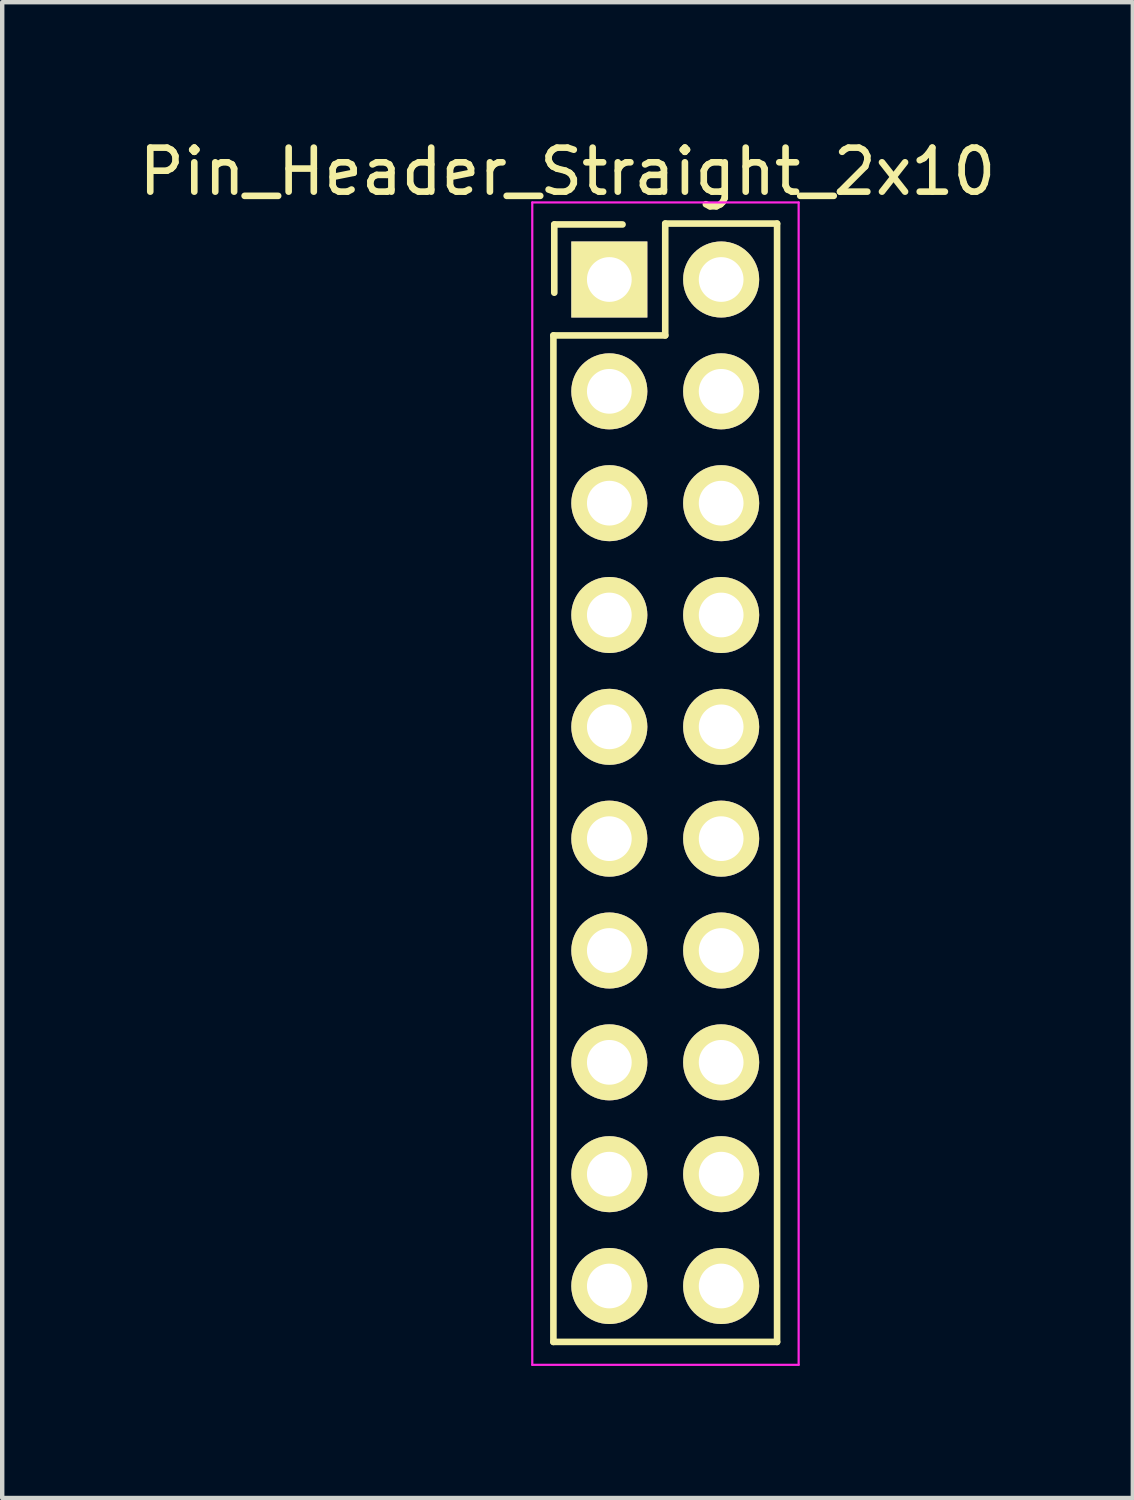
<source format=kicad_pcb>
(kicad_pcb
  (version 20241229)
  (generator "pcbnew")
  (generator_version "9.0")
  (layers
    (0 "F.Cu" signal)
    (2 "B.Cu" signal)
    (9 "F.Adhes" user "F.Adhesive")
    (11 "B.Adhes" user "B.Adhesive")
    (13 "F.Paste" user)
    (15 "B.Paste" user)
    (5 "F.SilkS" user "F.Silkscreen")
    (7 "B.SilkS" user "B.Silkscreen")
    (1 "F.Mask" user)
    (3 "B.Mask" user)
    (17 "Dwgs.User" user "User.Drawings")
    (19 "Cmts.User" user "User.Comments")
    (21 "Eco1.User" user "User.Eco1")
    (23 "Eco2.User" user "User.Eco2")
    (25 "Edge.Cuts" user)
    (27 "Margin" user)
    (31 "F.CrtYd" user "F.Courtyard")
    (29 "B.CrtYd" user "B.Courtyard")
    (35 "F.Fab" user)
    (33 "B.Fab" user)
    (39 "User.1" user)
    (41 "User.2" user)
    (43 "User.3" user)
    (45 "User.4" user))
  (footprint "Pin_Header_Straight_2x10"
    (layer "F.Cu")
    (at 10.789 3.298)
    (property "Reference" "Pin_Header_Straight_2x10" (at -0.95 -2.45 0) (layer "F.SilkS") (effects (font (size 1 1) (thickness 0.15))))
    (attr through_hole)
    (fp_line (start -1.27 1.27) (end -1.27 24.13) (stroke (width 0.15) (type solid)) (layer "F.SilkS"))
    (fp_line (start -1.25 -1.25) (end -1.25 0.3) (stroke (width 0.15) (type solid)) (layer "F.SilkS"))
    (fp_line (start 0.3 -1.25) (end -1.25 -1.25) (stroke (width 0.15) (type solid)) (layer "F.SilkS"))
    (fp_line (start 1.27 -1.27) (end 1.27 1.27) (stroke (width 0.15) (type solid)) (layer "F.SilkS"))
    (fp_line (start 1.27 1.27) (end -1.27 1.27) (stroke (width 0.15) (type solid)) (layer "F.SilkS"))
    (fp_line (start 3.81 -1.27) (end 1.27 -1.27) (stroke (width 0.15) (type solid)) (layer "F.SilkS"))
    (fp_line (start 3.81 24.13) (end -1.27 24.13) (stroke (width 0.15) (type solid)) (layer "F.SilkS"))
    (fp_line (start 3.81 24.13) (end 3.81 -1.27) (stroke (width 0.15) (type solid)) (layer "F.SilkS"))
    (fp_line (start -1.75 -1.75) (end -1.75 24.65) (stroke (width 0.05) (type solid)) (layer "F.CrtYd"))
    (fp_line (start -1.75 -1.75) (end 4.3 -1.75) (stroke (width 0.05) (type solid)) (layer "F.CrtYd"))
    (fp_line (start -1.75 24.65) (end 4.3 24.65) (stroke (width 0.05) (type solid)) (layer "F.CrtYd"))
    (fp_line (start 4.3 -1.75) (end 4.3 24.65) (stroke (width 0.05) (type solid)) (layer "F.CrtYd"))
    (pad "1" thru_hole rect (at 0 0) (size 1.727 1.727) (drill 1.016) (layers "*.Cu" "*.Mask" "F.SilkS"))
    (pad "2" thru_hole oval (at 2.54 0) (size 1.727 1.727) (drill 1.016) (layers "*.Cu" "*.Mask" "F.SilkS"))
    (pad "3" thru_hole oval (at 0 2.54) (size 1.727 1.727) (drill 1.016) (layers "*.Cu" "*.Mask" "F.SilkS"))
    (pad "4" thru_hole oval (at 2.54 2.54) (size 1.727 1.727) (drill 1.016) (layers "*.Cu" "*.Mask" "F.SilkS"))
    (pad "5" thru_hole oval (at 0 5.08) (size 1.727 1.727) (drill 1.016) (layers "*.Cu" "*.Mask" "F.SilkS"))
    (pad "6" thru_hole oval (at 2.54 5.08) (size 1.727 1.727) (drill 1.016) (layers "*.Cu" "*.Mask" "F.SilkS"))
    (pad "7" thru_hole oval (at 0 7.62) (size 1.727 1.727) (drill 1.016) (layers "*.Cu" "*.Mask" "F.SilkS"))
    (pad "8" thru_hole oval (at 2.54 7.62) (size 1.727 1.727) (drill 1.016) (layers "*.Cu" "*.Mask" "F.SilkS"))
    (pad "9" thru_hole oval (at 0 10.16) (size 1.727 1.727) (drill 1.016) (layers "*.Cu" "*.Mask" "F.SilkS"))
    (pad "10" thru_hole oval (at 2.54 10.16) (size 1.727 1.727) (drill 1.016) (layers "*.Cu" "*.Mask" "F.SilkS"))
    (pad "11" thru_hole oval (at 0 12.7) (size 1.727 1.727) (drill 1.016) (layers "*.Cu" "*.Mask" "F.SilkS"))
    (pad "12" thru_hole oval (at 2.54 12.7) (size 1.727 1.727) (drill 1.016) (layers "*.Cu" "*.Mask" "F.SilkS"))
    (pad "13" thru_hole oval (at 0 15.24) (size 1.727 1.727) (drill 1.016) (layers "*.Cu" "*.Mask" "F.SilkS"))
    (pad "14" thru_hole oval (at 2.54 15.24) (size 1.727 1.727) (drill 1.016) (layers "*.Cu" "*.Mask" "F.SilkS"))
    (pad "15" thru_hole oval (at 0 17.78) (size 1.727 1.727) (drill 1.016) (layers "*.Cu" "*.Mask" "F.SilkS"))
    (pad "16" thru_hole oval (at 2.54 17.78) (size 1.727 1.727) (drill 1.016) (layers "*.Cu" "*.Mask" "F.SilkS"))
    (pad "17" thru_hole oval (at 0 20.32) (size 1.727 1.727) (drill 1.016) (layers "*.Cu" "*.Mask" "F.SilkS"))
    (pad "18" thru_hole oval (at 2.54 20.32) (size 1.727 1.727) (drill 1.016) (layers "*.Cu" "*.Mask" "F.SilkS"))
    (pad "19" thru_hole oval (at 0 22.86) (size 1.727 1.727) (drill 1.016) (layers "*.Cu" "*.Mask" "F.SilkS"))
    (pad "20" thru_hole oval (at 2.54 22.86) (size 1.727 1.727) (drill 1.016) (layers "*.Cu" "*.Mask" "F.SilkS")))
  (gr_rect
    (start -3 -3)
    (end 22.679 30.973)
    (stroke (width 0.1) (type default))
    (fill no)
    (layer "Edge.Cuts")))
</source>
